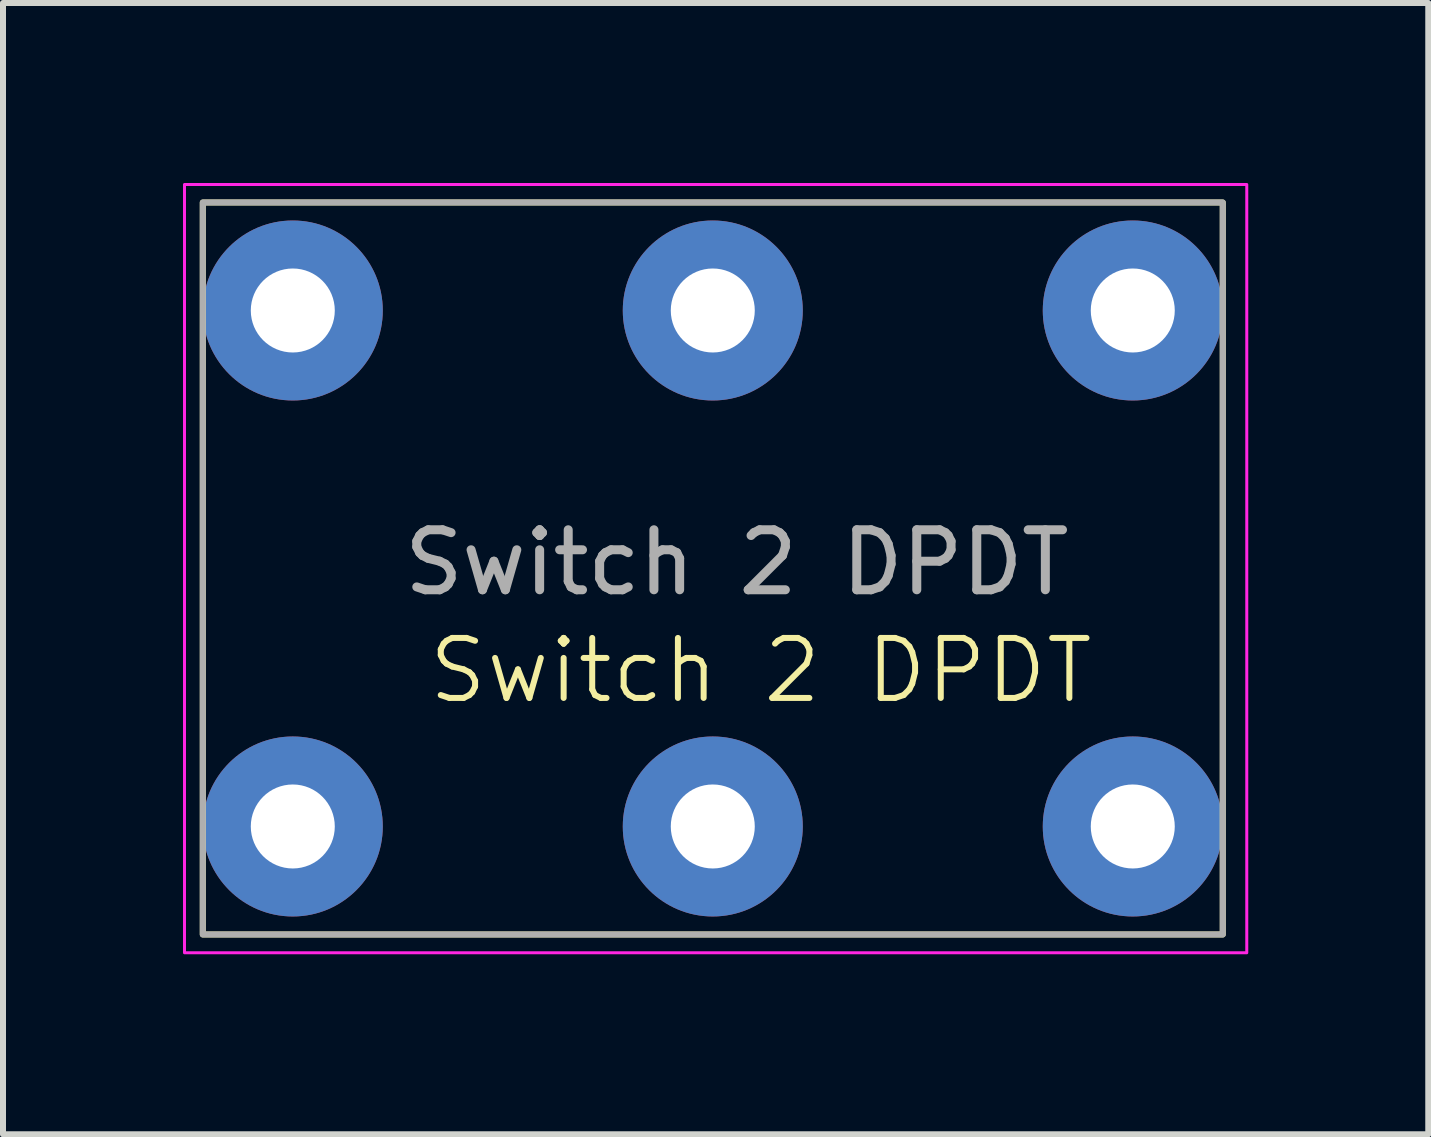
<source format=kicad_pcb>
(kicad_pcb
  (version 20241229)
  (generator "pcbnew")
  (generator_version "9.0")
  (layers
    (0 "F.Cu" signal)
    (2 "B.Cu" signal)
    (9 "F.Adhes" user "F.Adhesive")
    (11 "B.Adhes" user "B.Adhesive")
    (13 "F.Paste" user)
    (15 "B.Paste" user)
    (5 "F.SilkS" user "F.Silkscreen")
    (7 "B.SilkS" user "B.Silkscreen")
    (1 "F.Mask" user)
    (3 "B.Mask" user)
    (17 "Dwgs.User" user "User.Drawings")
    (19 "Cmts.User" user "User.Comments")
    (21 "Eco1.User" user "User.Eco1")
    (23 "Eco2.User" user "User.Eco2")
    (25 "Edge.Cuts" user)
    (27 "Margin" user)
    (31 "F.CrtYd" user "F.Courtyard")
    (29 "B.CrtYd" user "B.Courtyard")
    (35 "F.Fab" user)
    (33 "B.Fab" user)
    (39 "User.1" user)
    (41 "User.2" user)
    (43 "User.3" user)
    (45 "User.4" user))
  (footprint "Switch 2 DPDT"
    (layer "F.Cu")
    (at 0.33 12.525)
    (property "Reference" "Switch 2 DPDT" (at 9.3 -4.4 0) (unlocked yes) (layer "F.SilkS") (effects (font (size 1 1) (thickness 0.1))))
    (attr through_hole)
    (fp_rect (start 0 -12.2) (end 17 0) (stroke (width 0.1) (type default)) (fill no) (layer "F.SilkS"))
    (fp_rect (start -0.305 -12.5) (end 17.4 0.305) (stroke (width 0.05) (type default)) (fill no) (layer "F.CrtYd"))
    (fp_rect (start 0 -12.2) (end 17 0) (stroke (width 0.1) (type default)) (fill no) (layer "F.Fab"))
    (fp_text user "${REFERENCE}" (at 8.9 -6.2 0) (unlocked yes) (layer "F.Fab") (effects (font (size 1 1) (thickness 0.15))))
    (pad "1" thru_hole circle (at 1.5 -10.4) (size 3 3) (drill 1.4) (layers "*.Cu" "*.Mask"))
    (pad "2" thru_hole circle (at 8.5 -10.4) (size 3 3) (drill 1.4) (layers "*.Cu" "*.Mask"))
    (pad "3" thru_hole circle (at 15.5 -10.4) (size 3 3) (drill 1.4) (layers "*.Cu" "*.Mask"))
    (pad "4" thru_hole circle (at 1.5 -1.8) (size 3 3) (drill 1.4) (layers "*.Cu" "*.Mask"))
    (pad "5" thru_hole circle (at 8.5 -1.8) (size 3 3) (drill 1.4) (layers "*.Cu" "*.Mask"))
    (pad "6" thru_hole circle (at 15.5 -1.8) (size 3 3) (drill 1.4) (layers "*.Cu" "*.Mask")))
  (gr_rect
    (start -3 -3)
    (end 20.755 15.855)
    (stroke (width 0.1) (type default))
    (fill no)
    (layer "Edge.Cuts")))
</source>
